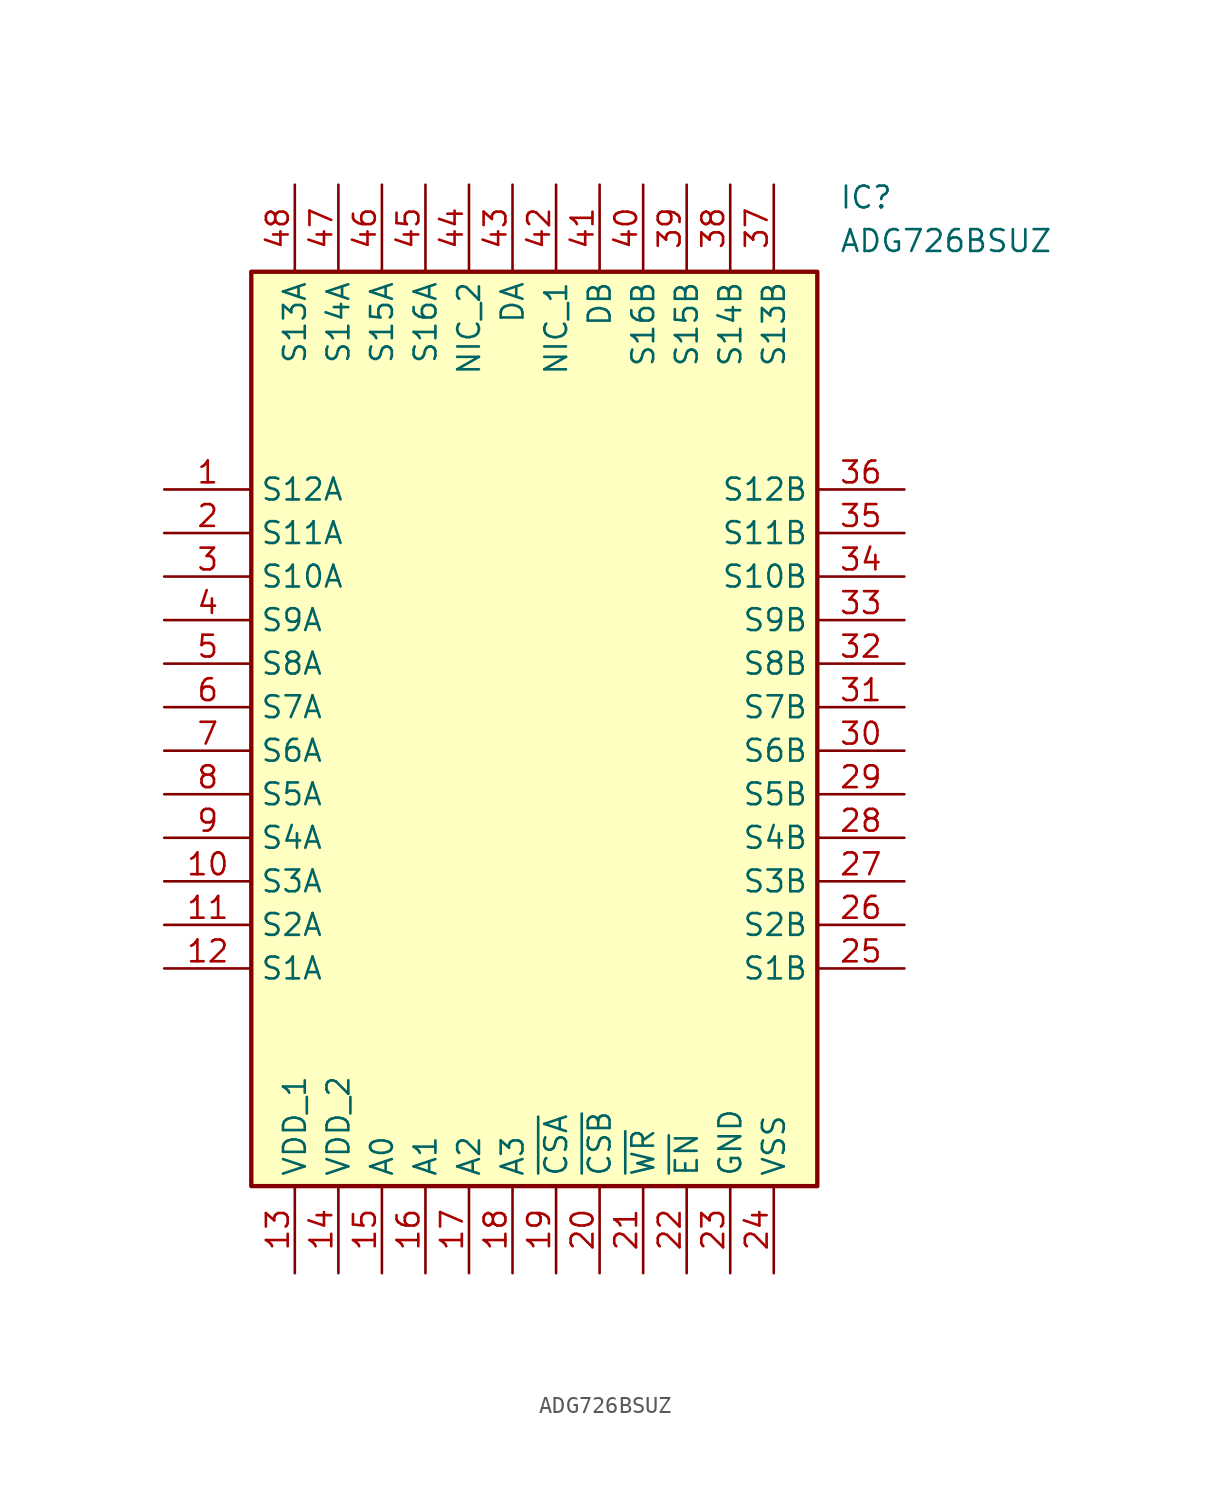
<source format=kicad_sym>
(kicad_symbol_lib
  (version 20211014)
  (generator SamacSys_ECAD_Model)
  (symbol "ADG726BSUZ"
    (property "Reference" "IC"
      (at 39.37 17.78 0)
      (effects (font (size 1.27 1.27)) (justify left top)))
    (property "Value" "ADG726BSUZ"
      (at 39.37 15.24 0)
      (effects (font (size 1.27 1.27)) (justify left top)))
    (rectangle
      (start 5.08 12.7)
      (end 38.1 -40.64)
      (stroke (width 0.254) (type default))
      (fill (type background)))
    (pin passive line
      (at 0 0 0)
      (length 5.08)
      (name "S12A" (effects (font (size 1.27 1.27))))
      (number "1" (effects (font (size 1.27 1.27)))))
    (pin passive line
      (at 0 -2.54 0)
      (length 5.08)
      (name "S11A" (effects (font (size 1.27 1.27))))
      (number "2" (effects (font (size 1.27 1.27)))))
    (pin passive line
      (at 0 -5.08 0)
      (length 5.08)
      (name "S10A" (effects (font (size 1.27 1.27))))
      (number "3" (effects (font (size 1.27 1.27)))))
    (pin passive line
      (at 0 -7.62 0)
      (length 5.08)
      (name "S9A" (effects (font (size 1.27 1.27))))
      (number "4" (effects (font (size 1.27 1.27)))))
    (pin passive line
      (at 0 -10.16 0)
      (length 5.08)
      (name "S8A" (effects (font (size 1.27 1.27))))
      (number "5" (effects (font (size 1.27 1.27)))))
    (pin passive line
      (at 0 -12.7 0)
      (length 5.08)
      (name "S7A" (effects (font (size 1.27 1.27))))
      (number "6" (effects (font (size 1.27 1.27)))))
    (pin passive line
      (at 0 -15.24 0)
      (length 5.08)
      (name "S6A" (effects (font (size 1.27 1.27))))
      (number "7" (effects (font (size 1.27 1.27)))))
    (pin passive line
      (at 0 -17.78 0)
      (length 5.08)
      (name "S5A" (effects (font (size 1.27 1.27))))
      (number "8" (effects (font (size 1.27 1.27)))))
    (pin passive line
      (at 0 -20.32 0)
      (length 5.08)
      (name "S4A" (effects (font (size 1.27 1.27))))
      (number "9" (effects (font (size 1.27 1.27)))))
    (pin passive line
      (at 0 -22.86 0)
      (length 5.08)
      (name "S3A" (effects (font (size 1.27 1.27))))
      (number "10" (effects (font (size 1.27 1.27)))))
    (pin passive line
      (at 0 -25.4 0)
      (length 5.08)
      (name "S2A" (effects (font (size 1.27 1.27))))
      (number "11" (effects (font (size 1.27 1.27)))))
    (pin passive line
      (at 0 -27.94 0)
      (length 5.08)
      (name "S1A" (effects (font (size 1.27 1.27))))
      (number "12" (effects (font (size 1.27 1.27)))))
    (pin passive line
      (at 7.62 -45.72 90)
      (length 5.08)
      (name "VDD_1" (effects (font (size 1.27 1.27))))
      (number "13" (effects (font (size 1.27 1.27)))))
    (pin passive line
      (at 10.16 -45.72 90)
      (length 5.08)
      (name "VDD_2" (effects (font (size 1.27 1.27))))
      (number "14" (effects (font (size 1.27 1.27)))))
    (pin passive line
      (at 12.7 -45.72 90)
      (length 5.08)
      (name "A0" (effects (font (size 1.27 1.27))))
      (number "15" (effects (font (size 1.27 1.27)))))
    (pin passive line
      (at 15.24 -45.72 90)
      (length 5.08)
      (name "A1" (effects (font (size 1.27 1.27))))
      (number "16" (effects (font (size 1.27 1.27)))))
    (pin passive line
      (at 17.78 -45.72 90)
      (length 5.08)
      (name "A2" (effects (font (size 1.27 1.27))))
      (number "17" (effects (font (size 1.27 1.27)))))
    (pin passive line
      (at 20.32 -45.72 90)
      (length 5.08)
      (name "A3" (effects (font (size 1.27 1.27))))
      (number "18" (effects (font (size 1.27 1.27)))))
    (pin passive line
      (at 22.86 -45.72 90)
      (length 5.08)
      (name "~{CSA}" (effects (font (size 1.27 1.27))))
      (number "19" (effects (font (size 1.27 1.27)))))
    (pin passive line
      (at 25.4 -45.72 90)
      (length 5.08)
      (name "~{CSB}" (effects (font (size 1.27 1.27))))
      (number "20" (effects (font (size 1.27 1.27)))))
    (pin passive line
      (at 27.94 -45.72 90)
      (length 5.08)
      (name "~{WR}" (effects (font (size 1.27 1.27))))
      (number "21" (effects (font (size 1.27 1.27)))))
    (pin passive line
      (at 30.48 -45.72 90)
      (length 5.08)
      (name "~{EN}" (effects (font (size 1.27 1.27))))
      (number "22" (effects (font (size 1.27 1.27)))))
    (pin passive line
      (at 33.02 -45.72 90)
      (length 5.08)
      (name "GND" (effects (font (size 1.27 1.27))))
      (number "23" (effects (font (size 1.27 1.27)))))
    (pin passive line
      (at 35.56 -45.72 90)
      (length 5.08)
      (name "VSS" (effects (font (size 1.27 1.27))))
      (number "24" (effects (font (size 1.27 1.27)))))
    (pin passive line
      (at 43.18 0 180)
      (length 5.08)
      (name "S12B" (effects (font (size 1.27 1.27))))
      (number "36" (effects (font (size 1.27 1.27)))))
    (pin passive line
      (at 43.18 -2.54 180)
      (length 5.08)
      (name "S11B" (effects (font (size 1.27 1.27))))
      (number "35" (effects (font (size 1.27 1.27)))))
    (pin passive line
      (at 43.18 -5.08 180)
      (length 5.08)
      (name "S10B" (effects (font (size 1.27 1.27))))
      (number "34" (effects (font (size 1.27 1.27)))))
    (pin passive line
      (at 43.18 -7.62 180)
      (length 5.08)
      (name "S9B" (effects (font (size 1.27 1.27))))
      (number "33" (effects (font (size 1.27 1.27)))))
    (pin passive line
      (at 43.18 -10.16 180)
      (length 5.08)
      (name "S8B" (effects (font (size 1.27 1.27))))
      (number "32" (effects (font (size 1.27 1.27)))))
    (pin passive line
      (at 43.18 -12.7 180)
      (length 5.08)
      (name "S7B" (effects (font (size 1.27 1.27))))
      (number "31" (effects (font (size 1.27 1.27)))))
    (pin passive line
      (at 43.18 -15.24 180)
      (length 5.08)
      (name "S6B" (effects (font (size 1.27 1.27))))
      (number "30" (effects (font (size 1.27 1.27)))))
    (pin passive line
      (at 43.18 -17.78 180)
      (length 5.08)
      (name "S5B" (effects (font (size 1.27 1.27))))
      (number "29" (effects (font (size 1.27 1.27)))))
    (pin passive line
      (at 43.18 -20.32 180)
      (length 5.08)
      (name "S4B" (effects (font (size 1.27 1.27))))
      (number "28" (effects (font (size 1.27 1.27)))))
    (pin passive line
      (at 43.18 -22.86 180)
      (length 5.08)
      (name "S3B" (effects (font (size 1.27 1.27))))
      (number "27" (effects (font (size 1.27 1.27)))))
    (pin passive line
      (at 43.18 -25.4 180)
      (length 5.08)
      (name "S2B" (effects (font (size 1.27 1.27))))
      (number "26" (effects (font (size 1.27 1.27)))))
    (pin passive line
      (at 43.18 -27.94 180)
      (length 5.08)
      (name "S1B" (effects (font (size 1.27 1.27))))
      (number "25" (effects (font (size 1.27 1.27)))))
    (pin passive line
      (at 7.62 17.78 270)
      (length 5.08)
      (name "S13A" (effects (font (size 1.27 1.27))))
      (number "48" (effects (font (size 1.27 1.27)))))
    (pin passive line
      (at 10.16 17.78 270)
      (length 5.08)
      (name "S14A" (effects (font (size 1.27 1.27))))
      (number "47" (effects (font (size 1.27 1.27)))))
    (pin passive line
      (at 12.7 17.78 270)
      (length 5.08)
      (name "S15A" (effects (font (size 1.27 1.27))))
      (number "46" (effects (font (size 1.27 1.27)))))
    (pin passive line
      (at 15.24 17.78 270)
      (length 5.08)
      (name "S16A" (effects (font (size 1.27 1.27))))
      (number "45" (effects (font (size 1.27 1.27)))))
    (pin passive line
      (at 17.78 17.78 270)
      (length 5.08)
      (name "NIC_2" (effects (font (size 1.27 1.27))))
      (number "44" (effects (font (size 1.27 1.27)))))
    (pin passive line
      (at 20.32 17.78 270)
      (length 5.08)
      (name "DA" (effects (font (size 1.27 1.27))))
      (number "43" (effects (font (size 1.27 1.27)))))
    (pin passive line
      (at 22.86 17.78 270)
      (length 5.08)
      (name "NIC_1" (effects (font (size 1.27 1.27))))
      (number "42" (effects (font (size 1.27 1.27)))))
    (pin passive line
      (at 25.4 17.78 270)
      (length 5.08)
      (name "DB" (effects (font (size 1.27 1.27))))
      (number "41" (effects (font (size 1.27 1.27)))))
    (pin passive line
      (at 27.94 17.78 270)
      (length 5.08)
      (name "S16B" (effects (font (size 1.27 1.27))))
      (number "40" (effects (font (size 1.27 1.27)))))
    (pin passive line
      (at 30.48 17.78 270)
      (length 5.08)
      (name "S15B" (effects (font (size 1.27 1.27))))
      (number "39" (effects (font (size 1.27 1.27)))))
    (pin passive line
      (at 33.02 17.78 270)
      (length 5.08)
      (name "S14B" (effects (font (size 1.27 1.27))))
      (number "38" (effects (font (size 1.27 1.27)))))
    (pin passive line
      (at 35.56 17.78 270)
      (length 5.08)
      (name "S13B" (effects (font (size 1.27 1.27))))
      (number "37" (effects (font (size 1.27 1.27)))))))
</source>
